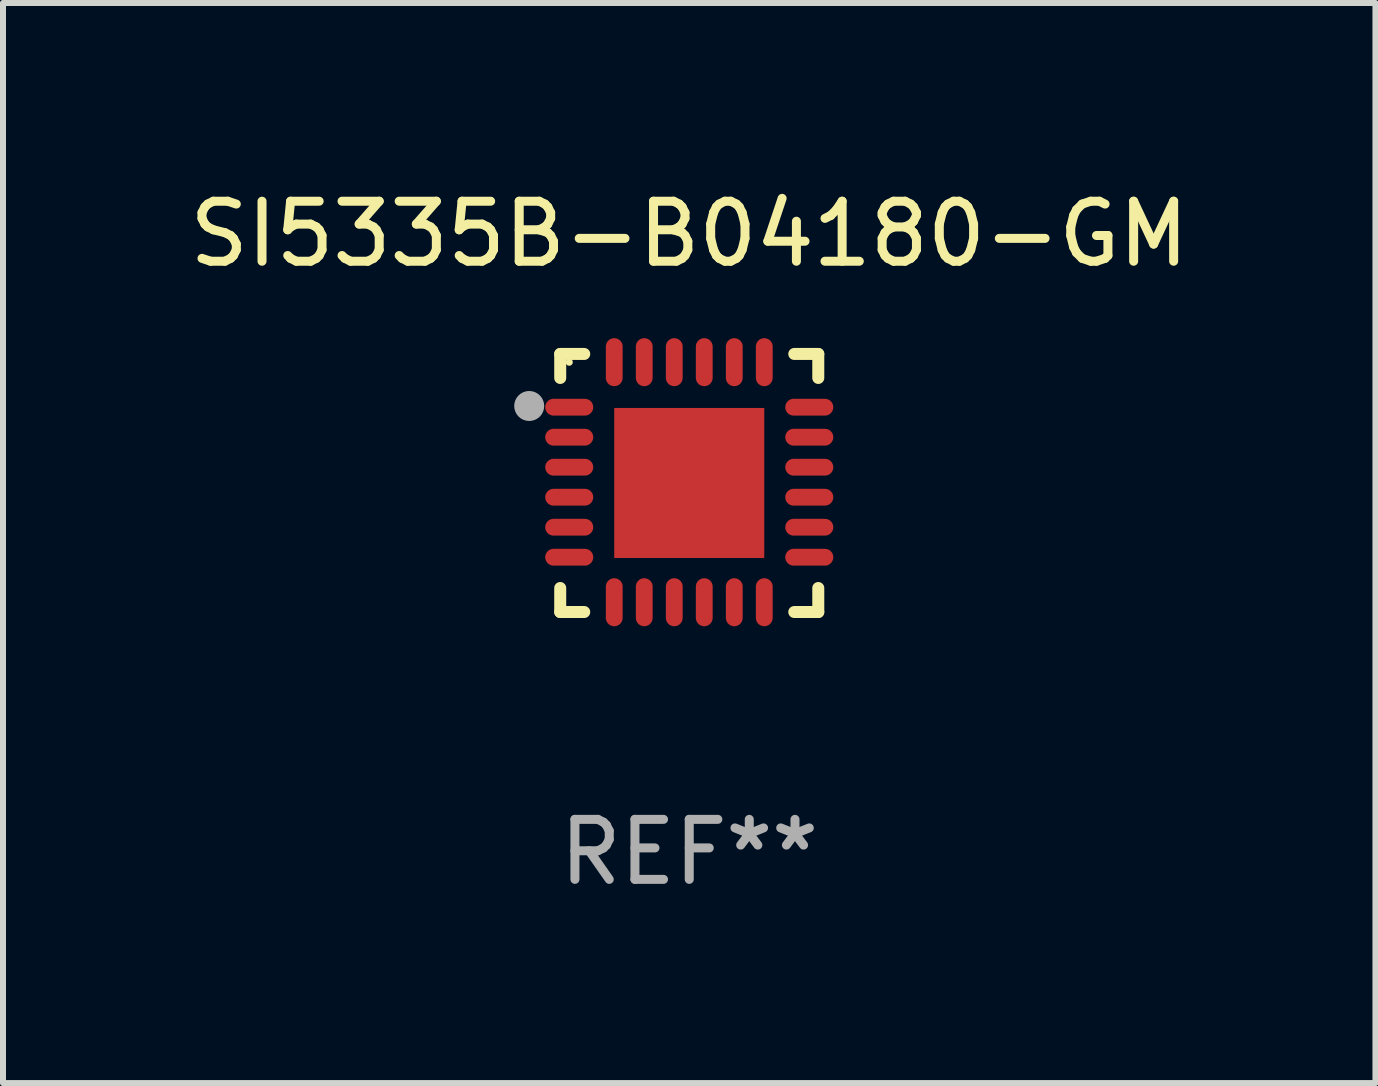
<source format=kicad_pcb>
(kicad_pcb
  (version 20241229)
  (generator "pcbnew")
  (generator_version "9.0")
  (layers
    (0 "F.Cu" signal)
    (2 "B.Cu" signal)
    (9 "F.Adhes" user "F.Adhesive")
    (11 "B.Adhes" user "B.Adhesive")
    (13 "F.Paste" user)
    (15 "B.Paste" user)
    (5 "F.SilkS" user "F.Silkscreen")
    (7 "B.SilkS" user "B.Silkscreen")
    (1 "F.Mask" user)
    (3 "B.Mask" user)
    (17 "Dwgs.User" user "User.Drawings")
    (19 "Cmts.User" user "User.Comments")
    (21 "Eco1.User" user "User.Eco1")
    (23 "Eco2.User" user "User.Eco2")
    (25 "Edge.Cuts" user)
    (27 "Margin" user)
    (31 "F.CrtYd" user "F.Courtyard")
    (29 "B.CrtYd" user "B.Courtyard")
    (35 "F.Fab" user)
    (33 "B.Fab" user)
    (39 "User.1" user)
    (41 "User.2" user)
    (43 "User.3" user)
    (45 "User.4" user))
  (footprint "SI5335B-B04180-GM"
    (layer "F.Cu")
    (at 8.435 4.998)
    (property "Reference" "SI5335B-B04180-GM" (at 0 -4.15 0) (layer "F.SilkS") (effects (font (size 1 1) (thickness 0.15))))
    (attr through_hole)
    (fp_line (start -2.15 -2.15) (end -1.75 -2.15) (stroke (width 0.2) (type solid)) (layer "F.SilkS"))
    (fp_line (start -2.15 -1.75) (end -2.15 -2.15) (stroke (width 0.2) (type solid)) (layer "F.SilkS"))
    (fp_line (start -2.15 2.15) (end -2.15 1.75) (stroke (width 0.2) (type solid)) (layer "F.SilkS"))
    (fp_line (start -1.75 2.15) (end -2.15 2.15) (stroke (width 0.2) (type solid)) (layer "F.SilkS"))
    (fp_line (start 1.75 -2.15) (end 2.15 -2.15) (stroke (width 0.2) (type solid)) (layer "F.SilkS"))
    (fp_line (start 1.75 2.15) (end 2.15 2.15) (stroke (width 0.2) (type solid)) (layer "F.SilkS"))
    (fp_line (start 2.15 -2.15) (end 2.15 -1.75) (stroke (width 0.2) (type solid)) (layer "F.SilkS"))
    (fp_line (start 2.15 2.15) (end 2.15 1.75) (stroke (width 0.2) (type solid)) (layer "F.SilkS"))
    (fp_circle (center -2 -2.013) (end -1.97 -2.013) (stroke (width 0.06) (type solid)) (fill no) (layer "F.SilkS"))
    (fp_circle (center -2.667 -1.283) (end -2.542 -1.283) (stroke (width 0.25) (type solid)) (fill no) (layer "F.Fab"))
    (fp_text user "REF**" (at 0 6.15 0) (layer "F.Fab") (effects (font (size 1 1) (thickness 0.15))))
    (pad "1" smd oval (at -2 -1.263) (size 0.8 0.28) (layers "F.Cu" "F.Mask" "F.Paste"))
    (pad "2" smd oval (at -2 -0.763) (size 0.8 0.28) (layers "F.Cu" "F.Mask" "F.Paste"))
    (pad "3" smd oval (at -2 -0.263) (size 0.8 0.28) (layers "F.Cu" "F.Mask" "F.Paste"))
    (pad "4" smd oval (at -2 0.237) (size 0.8 0.28) (layers "F.Cu" "F.Mask" "F.Paste"))
    (pad "5" smd oval (at -2 0.737) (size 0.8 0.28) (layers "F.Cu" "F.Mask" "F.Paste"))
    (pad "6" smd oval (at -2 1.237) (size 0.8 0.28) (layers "F.Cu" "F.Mask" "F.Paste"))
    (pad "7" smd oval (at -1.25 1.987) (size 0.28 0.8) (layers "F.Cu" "F.Mask" "F.Paste"))
    (pad "8" smd oval (at -0.75 1.987) (size 0.28 0.8) (layers "F.Cu" "F.Mask" "F.Paste"))
    (pad "9" smd oval (at -0.25 1.987) (size 0.28 0.8) (layers "F.Cu" "F.Mask" "F.Paste"))
    (pad "10" smd oval (at 0.25 1.987) (size 0.28 0.8) (layers "F.Cu" "F.Mask" "F.Paste"))
    (pad "11" smd oval (at 0.75 1.987) (size 0.28 0.8) (layers "F.Cu" "F.Mask" "F.Paste"))
    (pad "12" smd oval (at 1.25 1.987) (size 0.28 0.8) (layers "F.Cu" "F.Mask" "F.Paste"))
    (pad "13" smd oval (at 2 1.237) (size 0.8 0.28) (layers "F.Cu" "F.Mask" "F.Paste"))
    (pad "14" smd oval (at 2 0.737) (size 0.8 0.28) (layers "F.Cu" "F.Mask" "F.Paste"))
    (pad "15" smd oval (at 2 0.237) (size 0.8 0.28) (layers "F.Cu" "F.Mask" "F.Paste"))
    (pad "16" smd oval (at 2 -0.263) (size 0.8 0.28) (layers "F.Cu" "F.Mask" "F.Paste"))
    (pad "17" smd oval (at 2 -0.763) (size 0.8 0.28) (layers "F.Cu" "F.Mask" "F.Paste"))
    (pad "18" smd oval (at 2 -1.263) (size 0.8 0.28) (layers "F.Cu" "F.Mask" "F.Paste"))
    (pad "19" smd oval (at 1.25 -2.013) (size 0.28 0.8) (layers "F.Cu" "F.Mask" "F.Paste"))
    (pad "20" smd oval (at 0.75 -2.013) (size 0.28 0.8) (layers "F.Cu" "F.Mask" "F.Paste"))
    (pad "21" smd oval (at 0.25 -2.013) (size 0.28 0.8) (layers "F.Cu" "F.Mask" "F.Paste"))
    (pad "22" smd oval (at -0.25 -2.013) (size 0.28 0.8) (layers "F.Cu" "F.Mask" "F.Paste"))
    (pad "23" smd oval (at -0.75 -2.013) (size 0.28 0.8) (layers "F.Cu" "F.Mask" "F.Paste"))
    (pad "24" smd oval (at -1.25 -2.013) (size 0.28 0.8) (layers "F.Cu" "F.Mask" "F.Paste"))
    (pad "25" smd rect (at -0.000127 -0.00014) (size 2.5 2.5) (layers "F.Cu" "F.Mask" "F.Paste")))
  (gr_rect
    (start -3 -3)
    (end 19.869 14.997)
    (stroke (width 0.1) (type default))
    (fill no)
    (layer "Edge.Cuts")))
</source>
